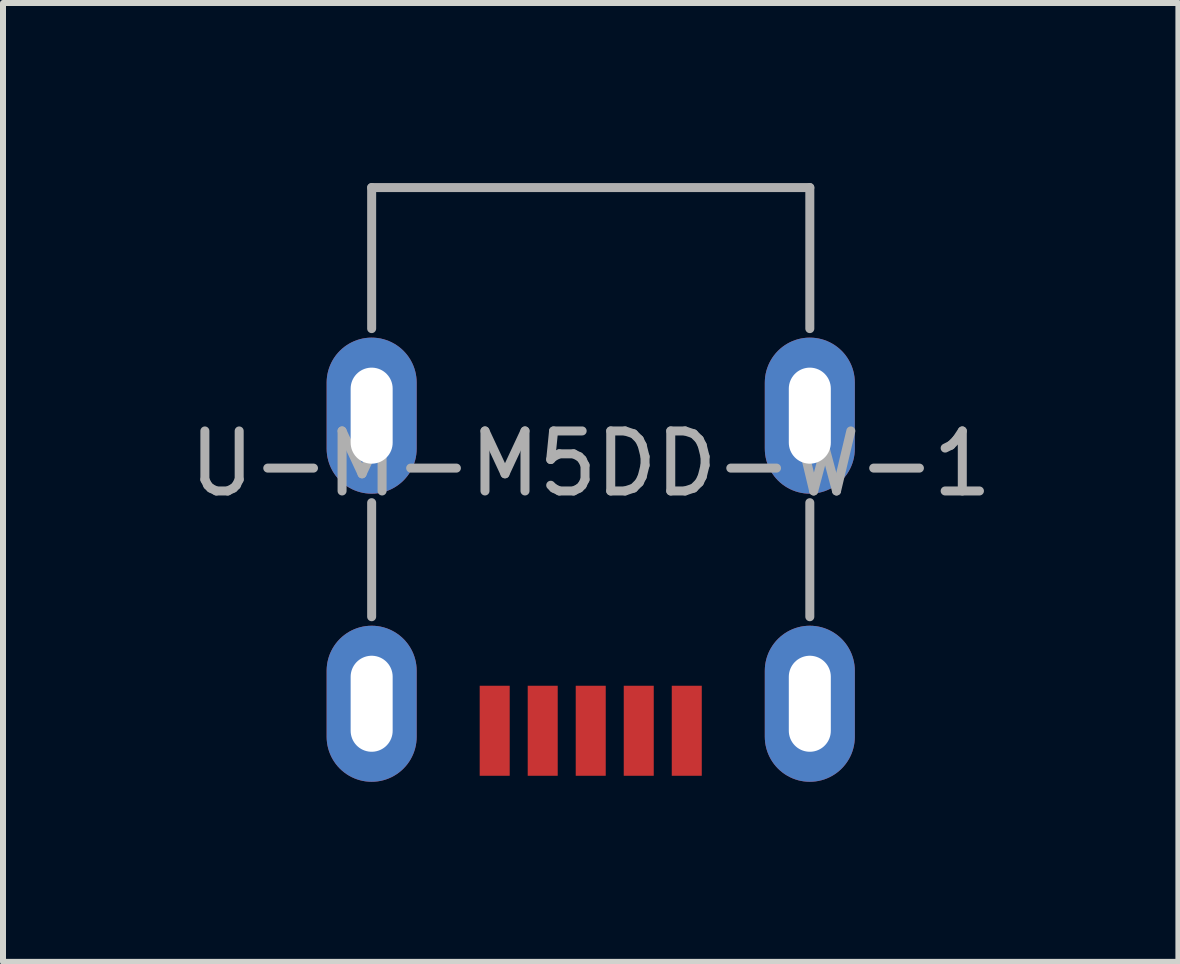
<source format=kicad_pcb>
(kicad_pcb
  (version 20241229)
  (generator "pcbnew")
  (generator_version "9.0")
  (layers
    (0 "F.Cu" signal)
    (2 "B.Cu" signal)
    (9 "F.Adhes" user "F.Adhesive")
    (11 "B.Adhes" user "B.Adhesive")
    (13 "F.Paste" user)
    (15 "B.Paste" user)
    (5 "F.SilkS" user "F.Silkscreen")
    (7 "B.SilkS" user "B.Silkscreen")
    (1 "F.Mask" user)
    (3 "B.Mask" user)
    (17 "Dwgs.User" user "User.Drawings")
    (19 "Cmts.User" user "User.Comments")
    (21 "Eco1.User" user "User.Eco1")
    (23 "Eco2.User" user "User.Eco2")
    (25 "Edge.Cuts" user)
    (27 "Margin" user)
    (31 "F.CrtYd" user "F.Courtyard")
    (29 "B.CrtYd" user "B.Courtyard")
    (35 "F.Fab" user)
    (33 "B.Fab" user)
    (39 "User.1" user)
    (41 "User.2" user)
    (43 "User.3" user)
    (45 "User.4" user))
  (footprint "U-M-M5DD-W-1"
    (layer "F.Cu")
    (at 6.792 3.875)
    (property "Reference" "U-M-M5DD-W-1" (at 0 0.8 180) (layer "F.Fab") (effects (font (size 1 1) (thickness 0.15))))
    (attr through_hole)
    (fp_line (start -3.65 -3.8) (end 3.65 -3.8) (stroke (width 0.15) (type solid)) (layer "F.Fab"))
    (fp_line (start -3.65 -1.45) (end -3.65 -3.8) (stroke (width 0.15) (type solid)) (layer "F.Fab"))
    (fp_line (start -3.65 3.35) (end -3.65 1.45) (stroke (width 0.15) (type solid)) (layer "F.Fab"))
    (fp_line (start 3.65 -3.8) (end 3.65 -1.45) (stroke (width 0.15) (type solid)) (layer "F.Fab"))
    (fp_line (start 3.65 1.45) (end 3.65 3.35) (stroke (width 0.15) (type solid)) (layer "F.Fab"))
    (pad "1" smd rect (at 1.6 5.25 180) (size 0.5 1.5) (layers "F.Cu" "F.Mask" "F.Paste"))
    (pad "2" smd rect (at 0.8 5.25 180) (size 0.5 1.5) (layers "F.Cu" "F.Mask" "F.Paste"))
    (pad "3" smd rect (at 0 5.25 180) (size 0.5 1.5) (layers "F.Cu" "F.Mask" "F.Paste"))
    (pad "4" smd rect (at -0.8 5.25 180) (size 0.5 1.5) (layers "F.Cu" "F.Mask" "F.Paste"))
    (pad "5" smd rect (at -1.6 5.25 180) (size 0.5 1.5) (layers "F.Cu" "F.Mask" "F.Paste"))
    (pad "6" thru_hole oval (at -3.65 0 180) (size 1.5 2.6) (drill oval 0.7 1.6) (layers "*.Cu" "*.Mask"))
    (pad "6" thru_hole oval (at -3.65 4.8 180) (size 1.5 2.6) (drill oval 0.7 1.6) (layers "*.Cu" "*.Mask"))
    (pad "6" thru_hole oval (at 3.65 0 180) (size 1.5 2.6) (drill oval 0.7 1.6) (layers "*.Cu" "*.Mask"))
    (pad "6" thru_hole oval (at 3.65 4.8 180) (size 1.5 2.6) (drill oval 0.7 1.6) (layers "*.Cu" "*.Mask")))
  (gr_rect
    (start -3 -3)
    (end 16.583 12.975)
    (stroke (width 0.1) (type default))
    (fill no)
    (layer "Edge.Cuts")))
</source>
